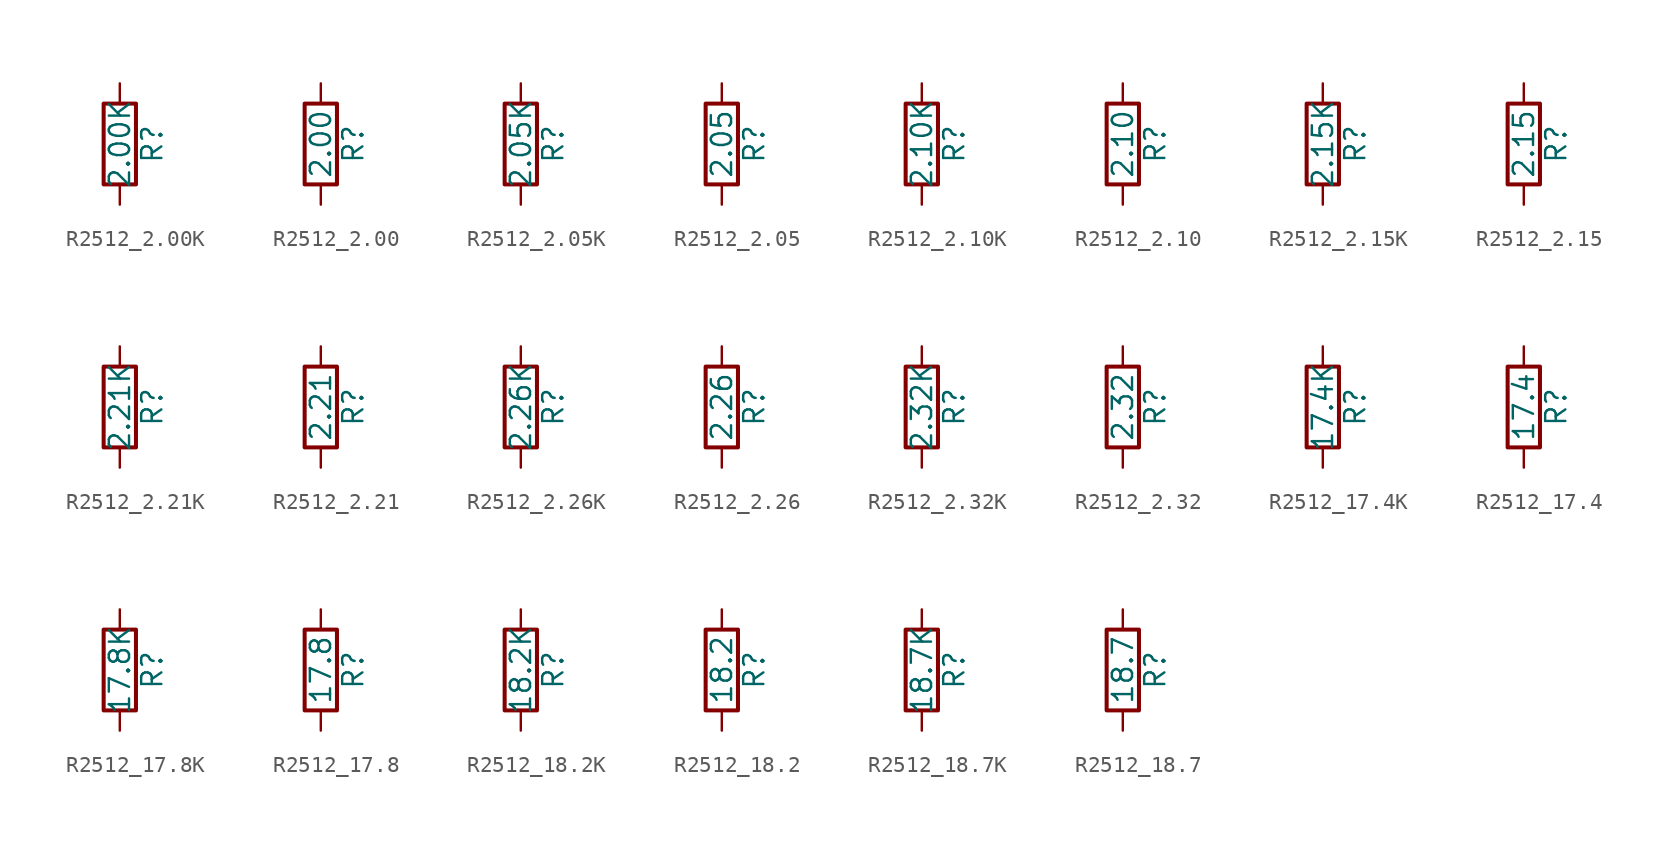
<source format=kicad_sym>
(kicad_symbol_lib
  (version 20211014)
  (generator atlantix-eda)
  (symbol "R2512_2.00K"
    (pin_numbers hide)
    (pin_names
      (offset 0))
    (property "Reference" "R"
      (at 2.032 0 90)
      (effects (font (size 1.27 1.27))))
    (property "Value" "2.00K"
      (at 0 0 90)
      (effects (font (size 1.27 1.27))))
    (symbol "R2512_2.00K_0_1"
      (rectangle (start -1.016 -2.54) (end 1.016 2.54) (stroke (width 0.254) (type default) (color 0 0 0 0)) (fill (type none))))
    (symbol "R2512_2.00K_1_1"
      (pin passive line (at 0 3.81 270) (length 1.27) (name "~" (effects (font (size 1.27 1.27)))) (number "1" (effects (font (size 1.27 1.27)))))
      (pin passive line (at 0 -3.81 90) (length 1.27) (name "~" (effects (font (size 1.27 1.27)))) (number "2" (effects (font (size 1.27 1.27)))))))
  (symbol "R2512_2.00"
    (pin_numbers hide)
    (pin_names
      (offset 0))
    (property "Reference" "R"
      (at 2.032 0 90)
      (effects (font (size 1.27 1.27))))
    (property "Value" "2.00"
      (at 0 0 90)
      (effects (font (size 1.27 1.27))))
    (symbol "R2512_2.00_0_1"
      (rectangle (start -1.016 -2.54) (end 1.016 2.54) (stroke (width 0.254) (type default) (color 0 0 0 0)) (fill (type none))))
    (symbol "R2512_2.00_1_1"
      (pin passive line (at 0 3.81 270) (length 1.27) (name "~" (effects (font (size 1.27 1.27)))) (number "1" (effects (font (size 1.27 1.27)))))
      (pin passive line (at 0 -3.81 90) (length 1.27) (name "~" (effects (font (size 1.27 1.27)))) (number "2" (effects (font (size 1.27 1.27)))))))
  (symbol "R2512_2.05K"
    (pin_numbers hide)
    (pin_names
      (offset 0))
    (property "Reference" "R"
      (at 2.032 0 90)
      (effects (font (size 1.27 1.27))))
    (property "Value" "2.05K"
      (at 0 0 90)
      (effects (font (size 1.27 1.27))))
    (symbol "R2512_2.05K_0_1"
      (rectangle (start -1.016 -2.54) (end 1.016 2.54) (stroke (width 0.254) (type default) (color 0 0 0 0)) (fill (type none))))
    (symbol "R2512_2.05K_1_1"
      (pin passive line (at 0 3.81 270) (length 1.27) (name "~" (effects (font (size 1.27 1.27)))) (number "1" (effects (font (size 1.27 1.27)))))
      (pin passive line (at 0 -3.81 90) (length 1.27) (name "~" (effects (font (size 1.27 1.27)))) (number "2" (effects (font (size 1.27 1.27)))))))
  (symbol "R2512_2.05"
    (pin_numbers hide)
    (pin_names
      (offset 0))
    (property "Reference" "R"
      (at 2.032 0 90)
      (effects (font (size 1.27 1.27))))
    (property "Value" "2.05"
      (at 0 0 90)
      (effects (font (size 1.27 1.27))))
    (symbol "R2512_2.05_0_1"
      (rectangle (start -1.016 -2.54) (end 1.016 2.54) (stroke (width 0.254) (type default) (color 0 0 0 0)) (fill (type none))))
    (symbol "R2512_2.05_1_1"
      (pin passive line (at 0 3.81 270) (length 1.27) (name "~" (effects (font (size 1.27 1.27)))) (number "1" (effects (font (size 1.27 1.27)))))
      (pin passive line (at 0 -3.81 90) (length 1.27) (name "~" (effects (font (size 1.27 1.27)))) (number "2" (effects (font (size 1.27 1.27)))))))
  (symbol "R2512_2.10K"
    (pin_numbers hide)
    (pin_names
      (offset 0))
    (property "Reference" "R"
      (at 2.032 0 90)
      (effects (font (size 1.27 1.27))))
    (property "Value" "2.10K"
      (at 0 0 90)
      (effects (font (size 1.27 1.27))))
    (symbol "R2512_2.10K_0_1"
      (rectangle (start -1.016 -2.54) (end 1.016 2.54) (stroke (width 0.254) (type default) (color 0 0 0 0)) (fill (type none))))
    (symbol "R2512_2.10K_1_1"
      (pin passive line (at 0 3.81 270) (length 1.27) (name "~" (effects (font (size 1.27 1.27)))) (number "1" (effects (font (size 1.27 1.27)))))
      (pin passive line (at 0 -3.81 90) (length 1.27) (name "~" (effects (font (size 1.27 1.27)))) (number "2" (effects (font (size 1.27 1.27)))))))
  (symbol "R2512_2.10"
    (pin_numbers hide)
    (pin_names
      (offset 0))
    (property "Reference" "R"
      (at 2.032 0 90)
      (effects (font (size 1.27 1.27))))
    (property "Value" "2.10"
      (at 0 0 90)
      (effects (font (size 1.27 1.27))))
    (symbol "R2512_2.10_0_1"
      (rectangle (start -1.016 -2.54) (end 1.016 2.54) (stroke (width 0.254) (type default) (color 0 0 0 0)) (fill (type none))))
    (symbol "R2512_2.10_1_1"
      (pin passive line (at 0 3.81 270) (length 1.27) (name "~" (effects (font (size 1.27 1.27)))) (number "1" (effects (font (size 1.27 1.27)))))
      (pin passive line (at 0 -3.81 90) (length 1.27) (name "~" (effects (font (size 1.27 1.27)))) (number "2" (effects (font (size 1.27 1.27)))))))
  (symbol "R2512_2.15K"
    (pin_numbers hide)
    (pin_names
      (offset 0))
    (property "Reference" "R"
      (at 2.032 0 90)
      (effects (font (size 1.27 1.27))))
    (property "Value" "2.15K"
      (at 0 0 90)
      (effects (font (size 1.27 1.27))))
    (symbol "R2512_2.15K_0_1"
      (rectangle (start -1.016 -2.54) (end 1.016 2.54) (stroke (width 0.254) (type default) (color 0 0 0 0)) (fill (type none))))
    (symbol "R2512_2.15K_1_1"
      (pin passive line (at 0 3.81 270) (length 1.27) (name "~" (effects (font (size 1.27 1.27)))) (number "1" (effects (font (size 1.27 1.27)))))
      (pin passive line (at 0 -3.81 90) (length 1.27) (name "~" (effects (font (size 1.27 1.27)))) (number "2" (effects (font (size 1.27 1.27)))))))
  (symbol "R2512_2.15"
    (pin_numbers hide)
    (pin_names
      (offset 0))
    (property "Reference" "R"
      (at 2.032 0 90)
      (effects (font (size 1.27 1.27))))
    (property "Value" "2.15"
      (at 0 0 90)
      (effects (font (size 1.27 1.27))))
    (symbol "R2512_2.15_0_1"
      (rectangle (start -1.016 -2.54) (end 1.016 2.54) (stroke (width 0.254) (type default) (color 0 0 0 0)) (fill (type none))))
    (symbol "R2512_2.15_1_1"
      (pin passive line (at 0 3.81 270) (length 1.27) (name "~" (effects (font (size 1.27 1.27)))) (number "1" (effects (font (size 1.27 1.27)))))
      (pin passive line (at 0 -3.81 90) (length 1.27) (name "~" (effects (font (size 1.27 1.27)))) (number "2" (effects (font (size 1.27 1.27)))))))
  (symbol "R2512_2.21K"
    (pin_numbers hide)
    (pin_names
      (offset 0))
    (property "Reference" "R"
      (at 2.032 0 90)
      (effects (font (size 1.27 1.27))))
    (property "Value" "2.21K"
      (at 0 0 90)
      (effects (font (size 1.27 1.27))))
    (symbol "R2512_2.21K_0_1"
      (rectangle (start -1.016 -2.54) (end 1.016 2.54) (stroke (width 0.254) (type default) (color 0 0 0 0)) (fill (type none))))
    (symbol "R2512_2.21K_1_1"
      (pin passive line (at 0 3.81 270) (length 1.27) (name "~" (effects (font (size 1.27 1.27)))) (number "1" (effects (font (size 1.27 1.27)))))
      (pin passive line (at 0 -3.81 90) (length 1.27) (name "~" (effects (font (size 1.27 1.27)))) (number "2" (effects (font (size 1.27 1.27)))))))
  (symbol "R2512_2.21"
    (pin_numbers hide)
    (pin_names
      (offset 0))
    (property "Reference" "R"
      (at 2.032 0 90)
      (effects (font (size 1.27 1.27))))
    (property "Value" "2.21"
      (at 0 0 90)
      (effects (font (size 1.27 1.27))))
    (symbol "R2512_2.21_0_1"
      (rectangle (start -1.016 -2.54) (end 1.016 2.54) (stroke (width 0.254) (type default) (color 0 0 0 0)) (fill (type none))))
    (symbol "R2512_2.21_1_1"
      (pin passive line (at 0 3.81 270) (length 1.27) (name "~" (effects (font (size 1.27 1.27)))) (number "1" (effects (font (size 1.27 1.27)))))
      (pin passive line (at 0 -3.81 90) (length 1.27) (name "~" (effects (font (size 1.27 1.27)))) (number "2" (effects (font (size 1.27 1.27)))))))
  (symbol "R2512_2.26K"
    (pin_numbers hide)
    (pin_names
      (offset 0))
    (property "Reference" "R"
      (at 2.032 0 90)
      (effects (font (size 1.27 1.27))))
    (property "Value" "2.26K"
      (at 0 0 90)
      (effects (font (size 1.27 1.27))))
    (symbol "R2512_2.26K_0_1"
      (rectangle (start -1.016 -2.54) (end 1.016 2.54) (stroke (width 0.254) (type default) (color 0 0 0 0)) (fill (type none))))
    (symbol "R2512_2.26K_1_1"
      (pin passive line (at 0 3.81 270) (length 1.27) (name "~" (effects (font (size 1.27 1.27)))) (number "1" (effects (font (size 1.27 1.27)))))
      (pin passive line (at 0 -3.81 90) (length 1.27) (name "~" (effects (font (size 1.27 1.27)))) (number "2" (effects (font (size 1.27 1.27)))))))
  (symbol "R2512_2.26"
    (pin_numbers hide)
    (pin_names
      (offset 0))
    (property "Reference" "R"
      (at 2.032 0 90)
      (effects (font (size 1.27 1.27))))
    (property "Value" "2.26"
      (at 0 0 90)
      (effects (font (size 1.27 1.27))))
    (symbol "R2512_2.26_0_1"
      (rectangle (start -1.016 -2.54) (end 1.016 2.54) (stroke (width 0.254) (type default) (color 0 0 0 0)) (fill (type none))))
    (symbol "R2512_2.26_1_1"
      (pin passive line (at 0 3.81 270) (length 1.27) (name "~" (effects (font (size 1.27 1.27)))) (number "1" (effects (font (size 1.27 1.27)))))
      (pin passive line (at 0 -3.81 90) (length 1.27) (name "~" (effects (font (size 1.27 1.27)))) (number "2" (effects (font (size 1.27 1.27)))))))
  (symbol "R2512_2.32K"
    (pin_numbers hide)
    (pin_names
      (offset 0))
    (property "Reference" "R"
      (at 2.032 0 90)
      (effects (font (size 1.27 1.27))))
    (property "Value" "2.32K"
      (at 0 0 90)
      (effects (font (size 1.27 1.27))))
    (symbol "R2512_2.32K_0_1"
      (rectangle (start -1.016 -2.54) (end 1.016 2.54) (stroke (width 0.254) (type default) (color 0 0 0 0)) (fill (type none))))
    (symbol "R2512_2.32K_1_1"
      (pin passive line (at 0 3.81 270) (length 1.27) (name "~" (effects (font (size 1.27 1.27)))) (number "1" (effects (font (size 1.27 1.27)))))
      (pin passive line (at 0 -3.81 90) (length 1.27) (name "~" (effects (font (size 1.27 1.27)))) (number "2" (effects (font (size 1.27 1.27)))))))
  (symbol "R2512_2.32"
    (pin_numbers hide)
    (pin_names
      (offset 0))
    (property "Reference" "R"
      (at 2.032 0 90)
      (effects (font (size 1.27 1.27))))
    (property "Value" "2.32"
      (at 0 0 90)
      (effects (font (size 1.27 1.27))))
    (symbol "R2512_2.32_0_1"
      (rectangle (start -1.016 -2.54) (end 1.016 2.54) (stroke (width 0.254) (type default) (color 0 0 0 0)) (fill (type none))))
    (symbol "R2512_2.32_1_1"
      (pin passive line (at 0 3.81 270) (length 1.27) (name "~" (effects (font (size 1.27 1.27)))) (number "1" (effects (font (size 1.27 1.27)))))
      (pin passive line (at 0 -3.81 90) (length 1.27) (name "~" (effects (font (size 1.27 1.27)))) (number "2" (effects (font (size 1.27 1.27)))))))
  (symbol "R2512_17.4K"
    (pin_numbers hide)
    (pin_names
      (offset 0))
    (property "Reference" "R"
      (at 2.032 0 90)
      (effects (font (size 1.27 1.27))))
    (property "Value" "17.4K"
      (at 0 0 90)
      (effects (font (size 1.27 1.27))))
    (symbol "R2512_17.4K_0_1"
      (rectangle (start -1.016 -2.54) (end 1.016 2.54) (stroke (width 0.254) (type default) (color 0 0 0 0)) (fill (type none))))
    (symbol "R2512_17.4K_1_1"
      (pin passive line (at 0 3.81 270) (length 1.27) (name "~" (effects (font (size 1.27 1.27)))) (number "1" (effects (font (size 1.27 1.27)))))
      (pin passive line (at 0 -3.81 90) (length 1.27) (name "~" (effects (font (size 1.27 1.27)))) (number "2" (effects (font (size 1.27 1.27)))))))
  (symbol "R2512_17.4"
    (pin_numbers hide)
    (pin_names
      (offset 0))
    (property "Reference" "R"
      (at 2.032 0 90)
      (effects (font (size 1.27 1.27))))
    (property "Value" "17.4"
      (at 0 0 90)
      (effects (font (size 1.27 1.27))))
    (symbol "R2512_17.4_0_1"
      (rectangle (start -1.016 -2.54) (end 1.016 2.54) (stroke (width 0.254) (type default) (color 0 0 0 0)) (fill (type none))))
    (symbol "R2512_17.4_1_1"
      (pin passive line (at 0 3.81 270) (length 1.27) (name "~" (effects (font (size 1.27 1.27)))) (number "1" (effects (font (size 1.27 1.27)))))
      (pin passive line (at 0 -3.81 90) (length 1.27) (name "~" (effects (font (size 1.27 1.27)))) (number "2" (effects (font (size 1.27 1.27)))))))
  (symbol "R2512_17.8K"
    (pin_numbers hide)
    (pin_names
      (offset 0))
    (property "Reference" "R"
      (at 2.032 0 90)
      (effects (font (size 1.27 1.27))))
    (property "Value" "17.8K"
      (at 0 0 90)
      (effects (font (size 1.27 1.27))))
    (symbol "R2512_17.8K_0_1"
      (rectangle (start -1.016 -2.54) (end 1.016 2.54) (stroke (width 0.254) (type default) (color 0 0 0 0)) (fill (type none))))
    (symbol "R2512_17.8K_1_1"
      (pin passive line (at 0 3.81 270) (length 1.27) (name "~" (effects (font (size 1.27 1.27)))) (number "1" (effects (font (size 1.27 1.27)))))
      (pin passive line (at 0 -3.81 90) (length 1.27) (name "~" (effects (font (size 1.27 1.27)))) (number "2" (effects (font (size 1.27 1.27)))))))
  (symbol "R2512_17.8"
    (pin_numbers hide)
    (pin_names
      (offset 0))
    (property "Reference" "R"
      (at 2.032 0 90)
      (effects (font (size 1.27 1.27))))
    (property "Value" "17.8"
      (at 0 0 90)
      (effects (font (size 1.27 1.27))))
    (symbol "R2512_17.8_0_1"
      (rectangle (start -1.016 -2.54) (end 1.016 2.54) (stroke (width 0.254) (type default) (color 0 0 0 0)) (fill (type none))))
    (symbol "R2512_17.8_1_1"
      (pin passive line (at 0 3.81 270) (length 1.27) (name "~" (effects (font (size 1.27 1.27)))) (number "1" (effects (font (size 1.27 1.27)))))
      (pin passive line (at 0 -3.81 90) (length 1.27) (name "~" (effects (font (size 1.27 1.27)))) (number "2" (effects (font (size 1.27 1.27)))))))
  (symbol "R2512_18.2K"
    (pin_numbers hide)
    (pin_names
      (offset 0))
    (property "Reference" "R"
      (at 2.032 0 90)
      (effects (font (size 1.27 1.27))))
    (property "Value" "18.2K"
      (at 0 0 90)
      (effects (font (size 1.27 1.27))))
    (symbol "R2512_18.2K_0_1"
      (rectangle (start -1.016 -2.54) (end 1.016 2.54) (stroke (width 0.254) (type default) (color 0 0 0 0)) (fill (type none))))
    (symbol "R2512_18.2K_1_1"
      (pin passive line (at 0 3.81 270) (length 1.27) (name "~" (effects (font (size 1.27 1.27)))) (number "1" (effects (font (size 1.27 1.27)))))
      (pin passive line (at 0 -3.81 90) (length 1.27) (name "~" (effects (font (size 1.27 1.27)))) (number "2" (effects (font (size 1.27 1.27)))))))
  (symbol "R2512_18.2"
    (pin_numbers hide)
    (pin_names
      (offset 0))
    (property "Reference" "R"
      (at 2.032 0 90)
      (effects (font (size 1.27 1.27))))
    (property "Value" "18.2"
      (at 0 0 90)
      (effects (font (size 1.27 1.27))))
    (symbol "R2512_18.2_0_1"
      (rectangle (start -1.016 -2.54) (end 1.016 2.54) (stroke (width 0.254) (type default) (color 0 0 0 0)) (fill (type none))))
    (symbol "R2512_18.2_1_1"
      (pin passive line (at 0 3.81 270) (length 1.27) (name "~" (effects (font (size 1.27 1.27)))) (number "1" (effects (font (size 1.27 1.27)))))
      (pin passive line (at 0 -3.81 90) (length 1.27) (name "~" (effects (font (size 1.27 1.27)))) (number "2" (effects (font (size 1.27 1.27)))))))
  (symbol "R2512_18.7K"
    (pin_numbers hide)
    (pin_names
      (offset 0))
    (property "Reference" "R"
      (at 2.032 0 90)
      (effects (font (size 1.27 1.27))))
    (property "Value" "18.7K"
      (at 0 0 90)
      (effects (font (size 1.27 1.27))))
    (symbol "R2512_18.7K_0_1"
      (rectangle (start -1.016 -2.54) (end 1.016 2.54) (stroke (width 0.254) (type default) (color 0 0 0 0)) (fill (type none))))
    (symbol "R2512_18.7K_1_1"
      (pin passive line (at 0 3.81 270) (length 1.27) (name "~" (effects (font (size 1.27 1.27)))) (number "1" (effects (font (size 1.27 1.27)))))
      (pin passive line (at 0 -3.81 90) (length 1.27) (name "~" (effects (font (size 1.27 1.27)))) (number "2" (effects (font (size 1.27 1.27)))))))
  (symbol "R2512_18.7"
    (pin_numbers hide)
    (pin_names
      (offset 0))
    (property "Reference" "R"
      (at 2.032 0 90)
      (effects (font (size 1.27 1.27))))
    (property "Value" "18.7"
      (at 0 0 90)
      (effects (font (size 1.27 1.27))))
    (symbol "R2512_18.7_0_1"
      (rectangle (start -1.016 -2.54) (end 1.016 2.54) (stroke (width 0.254) (type default) (color 0 0 0 0)) (fill (type none))))
    (symbol "R2512_18.7_1_1"
      (pin passive line (at 0 3.81 270) (length 1.27) (name "~" (effects (font (size 1.27 1.27)))) (number "1" (effects (font (size 1.27 1.27)))))
      (pin passive line (at 0 -3.81 90) (length 1.27) (name "~" (effects (font (size 1.27 1.27)))) (number "2" (effects (font (size 1.27 1.27))))))))
</source>
